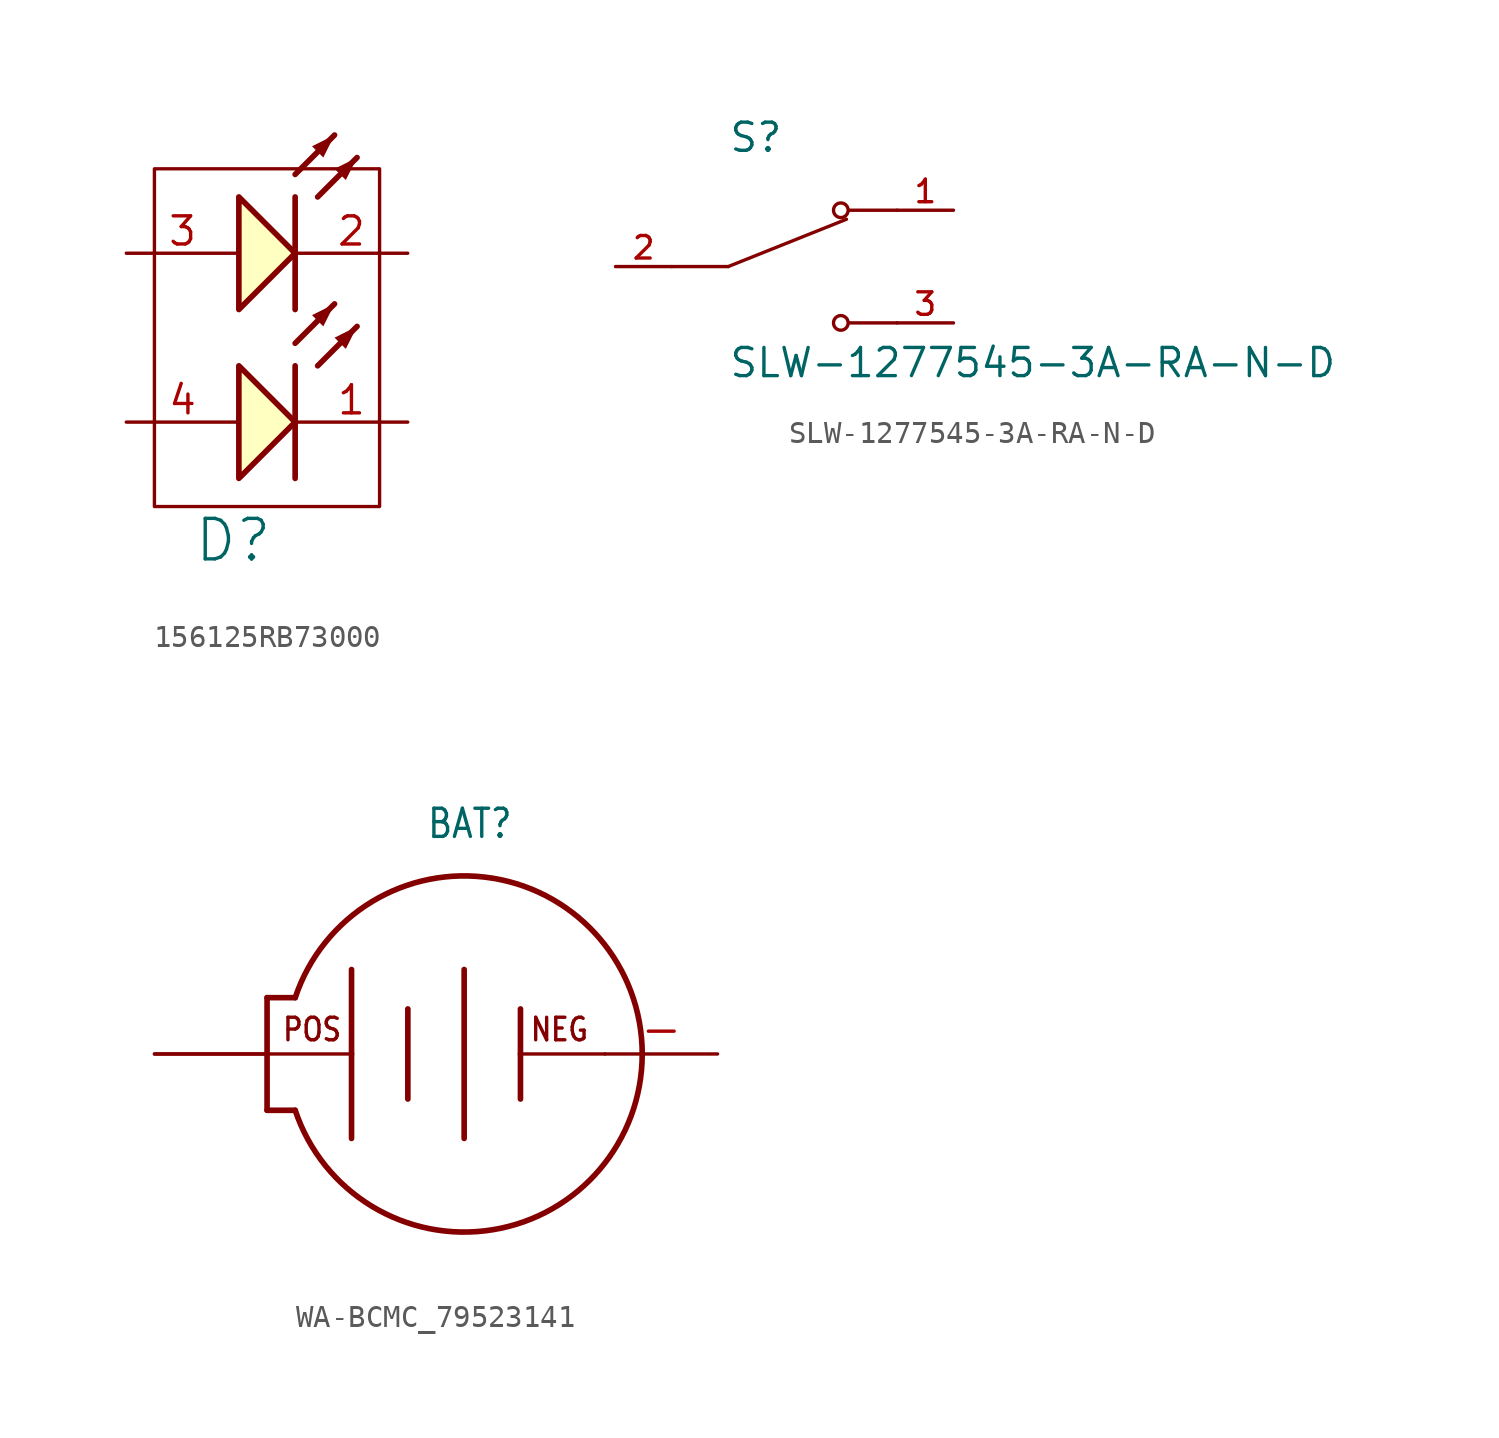
<source format=kicad_sym>
(kicad_symbol_lib
  (version 20241209)
  (generator "kicad_symbol_editor")
  (generator_version "9.0")
  (symbol "156125RB73000"
    (property "Reference" "D"
      (at 4.826 -12.954 0)
      (effects (font (size 1.829 1.829))))
    (symbol "156125RB73000_0_1"
      (rectangle (start 1.27 3.81) (end 11.43 -11.43) (stroke (width 0) (type default)) (fill (type none))))
    (symbol "156125RB73000_1_0"
      (polyline (pts (xy 5.08 -2.54) (xy 7.62 0) (xy 5.08 2.54) (xy 5.08 -2.54)) (stroke (width 0.254) (type solid)) (fill (type background)))
      (polyline (pts (xy 5.08 -10.16) (xy 7.62 -7.62) (xy 5.08 -5.08) (xy 5.08 -10.16)) (stroke (width 0.254) (type solid)) (fill (type background)))
      (polyline (pts (xy 7.62 3.556) (xy 9.398 5.334)) (stroke (width 0.254) (type solid)) (fill (type none)))
      (polyline (pts (xy 7.62 2.54) (xy 7.62 -2.54)) (stroke (width 0.254) (type solid)) (fill (type none)))
      (polyline (pts (xy 7.62 -4.064) (xy 9.398 -2.286)) (stroke (width 0.254) (type solid)) (fill (type none)))
      (polyline (pts (xy 7.62 -5.08) (xy 7.62 -10.16)) (stroke (width 0.254) (type solid)) (fill (type none)))
      (polyline (pts (xy 8.636 2.54) (xy 10.414 4.318)) (stroke (width 0.254) (type solid)) (fill (type none)))
      (polyline (pts (xy 8.636 -5.08) (xy 10.414 -3.302)) (stroke (width 0.254) (type solid)) (fill (type none)))
      (polyline (pts (xy 9.398 5.334) (xy 8.382 4.826) (xy 8.89 4.318) (xy 9.398 5.334)) (stroke (width -0.0001) (type solid)) (fill (type outline)))
      (polyline (pts (xy 9.398 -2.286) (xy 8.382 -2.794) (xy 8.89 -3.302) (xy 9.398 -2.286)) (stroke (width -0.0001) (type solid)) (fill (type outline)))
      (polyline (pts (xy 10.414 4.318) (xy 9.398 3.81) (xy 9.906 3.302) (xy 10.414 4.318)) (stroke (width -0.0001) (type solid)) (fill (type outline)))
      (polyline (pts (xy 10.414 -3.302) (xy 9.398 -3.81) (xy 9.906 -4.318) (xy 10.414 -3.302)) (stroke (width -0.0001) (type solid)) (fill (type outline)))
      (pin passive line (at 0 0 0) (length 5.08) (name "A" (effects (font (size 0 0)))) (number "3" (effects (font (size 1.27 1.27)))))
      (pin passive line (at 0 -7.62 0) (length 5.08) (name "A" (effects (font (size 0 0)))) (number "4" (effects (font (size 1.27 1.27)))))
      (pin passive line (at 12.7 0 180) (length 5.08) (name "K" (effects (font (size 0 0)))) (number "2" (effects (font (size 1.27 1.27)))))
      (pin passive line (at 12.7 -7.62 180) (length 5.08) (name "K" (effects (font (size 0 0)))) (number "1" (effects (font (size 1.27 1.27)))))))
  (symbol "SLW-1277545-3A-RA-N-D"
    (pin_names
      (offset 1.016)
      (hide yes))
    (property "Reference" "S"
      (at -5.08 5.08 0)
      (effects (font (size 1.27 1.27)) (justify left bottom)))
    (property "Value" "SLW-1277545-3A-RA-N-D"
      (at -5.08 -5.08 0)
      (effects (font (size 1.27 1.27)) (justify left bottom)))
    (symbol "SLW-1277545-3A-RA-N-D_0_0"
      (polyline (pts (xy -5.08 0) (xy -7.62 0)) (stroke (width 0.152) (type solid)) (fill (type none)))
      (polyline (pts (xy -5.08 0) (xy 0.254 2.134)) (stroke (width 0.152) (type solid)) (fill (type none)))
      (circle (center 0 2.54) (radius 0.33) (stroke (width 0.152) (type solid)) (fill (type none)))
      (circle (center 0 -2.54) (radius 0.33) (stroke (width 0.152) (type solid)) (fill (type none)))
      (polyline (pts (xy 2.54 2.54) (xy 0.381 2.54)) (stroke (width 0.152) (type solid)) (fill (type none)))
      (polyline (pts (xy 2.54 -2.54) (xy 0.381 -2.54)) (stroke (width 0.152) (type solid)) (fill (type none)))
      (pin passive line (at -10.16 0 0) (length 2.54) (name "~" (effects (font (size 1.016 1.016)))) (number "2" (effects (font (size 1.016 1.016)))))
      (pin passive line (at 5.08 2.54 180) (length 2.54) (name "~" (effects (font (size 1.016 1.016)))) (number "1" (effects (font (size 1.016 1.016)))))
      (pin passive line (at 5.08 -2.54 180) (length 2.54) (name "~" (effects (font (size 1.016 1.016)))) (number "3" (effects (font (size 1.016 1.016)))))))
  (symbol "WA-BCMC_79523141"
    (property "Reference" "BAT"
      (at 1.524 9.652 0)
      (effects (font (size 1.27 1.079)) (justify bottom)))
    (property "Value" ""
      (at -3.81 -8.89 0)
      (effects (font (size 1.27 1.079)) (justify left bottom)))
    (symbol "WA-BCMC_79523141_1_0"
      (polyline (pts (xy -7.62 2.54) (xy -6.35 2.54)) (stroke (width 0.254) (type solid)) (fill (type none)))
      (polyline (pts (xy -7.62 0) (xy -7.62 2.54)) (stroke (width 0.254) (type solid)) (fill (type none)))
      (polyline (pts (xy -7.62 -2.54) (xy -7.62 0)) (stroke (width 0.254) (type solid)) (fill (type none)))
      (polyline (pts (xy -6.35 -2.54) (xy -7.62 -2.54)) (stroke (width 0.254) (type solid)) (fill (type none)))
      (polyline (pts (xy -3.81 3.81) (xy -3.81 0)) (stroke (width 0.254) (type solid)) (fill (type none)))
      (polyline (pts (xy -3.81 0) (xy -7.62 0)) (stroke (width 0.152) (type solid)) (fill (type none)))
      (polyline (pts (xy -3.81 0) (xy -3.81 -3.81)) (stroke (width 0.254) (type solid)) (fill (type none)))
      (polyline (pts (xy -1.27 2.032) (xy -1.27 -2.032)) (stroke (width 0.254) (type solid)) (fill (type none)))
      (polyline (pts (xy 1.27 3.81) (xy 1.27 -3.81)) (stroke (width 0.254) (type solid)) (fill (type none)))
      (arc (start -6.35 2.54) (mid 9.3022 0) (end -6.35 -2.54) (stroke (width 0.254) (type solid)) (fill (type none)))
      (polyline (pts (xy 3.81 2.032) (xy 3.81 0)) (stroke (width 0.254) (type solid)) (fill (type none)))
      (polyline (pts (xy 3.81 0) (xy 3.81 -2.032)) (stroke (width 0.254) (type solid)) (fill (type none)))
      (polyline (pts (xy 3.81 0) (xy 7.62 0)) (stroke (width 0.152) (type solid)) (fill (type none)))
      (text "POS" (at -4.191 0.508 0) (effects (font (size 1.016 0.864)) (justify right bottom)))
      (text "NEG" (at 4.191 0.508 0) (effects (font (size 1.016 0.864)) (justify left bottom)))
      (pin passive line (at -12.7 0 0) (length 5.08) (name "POS" (effects (font (size 0 0)))) (number "1" (effects (font (size 0 0)))))
      (pin passive line (at -12.7 0 0) (length 5.08) (name "POS" (effects (font (size 0 0)))) (number "2" (effects (font (size 0 0)))))
      (pin passive line (at 12.7 0 180) (length 5.08) (name "NEG" (effects (font (size 0 0)))) (number "-" (effects (font (size 1.524 1.524))))))))
</source>
